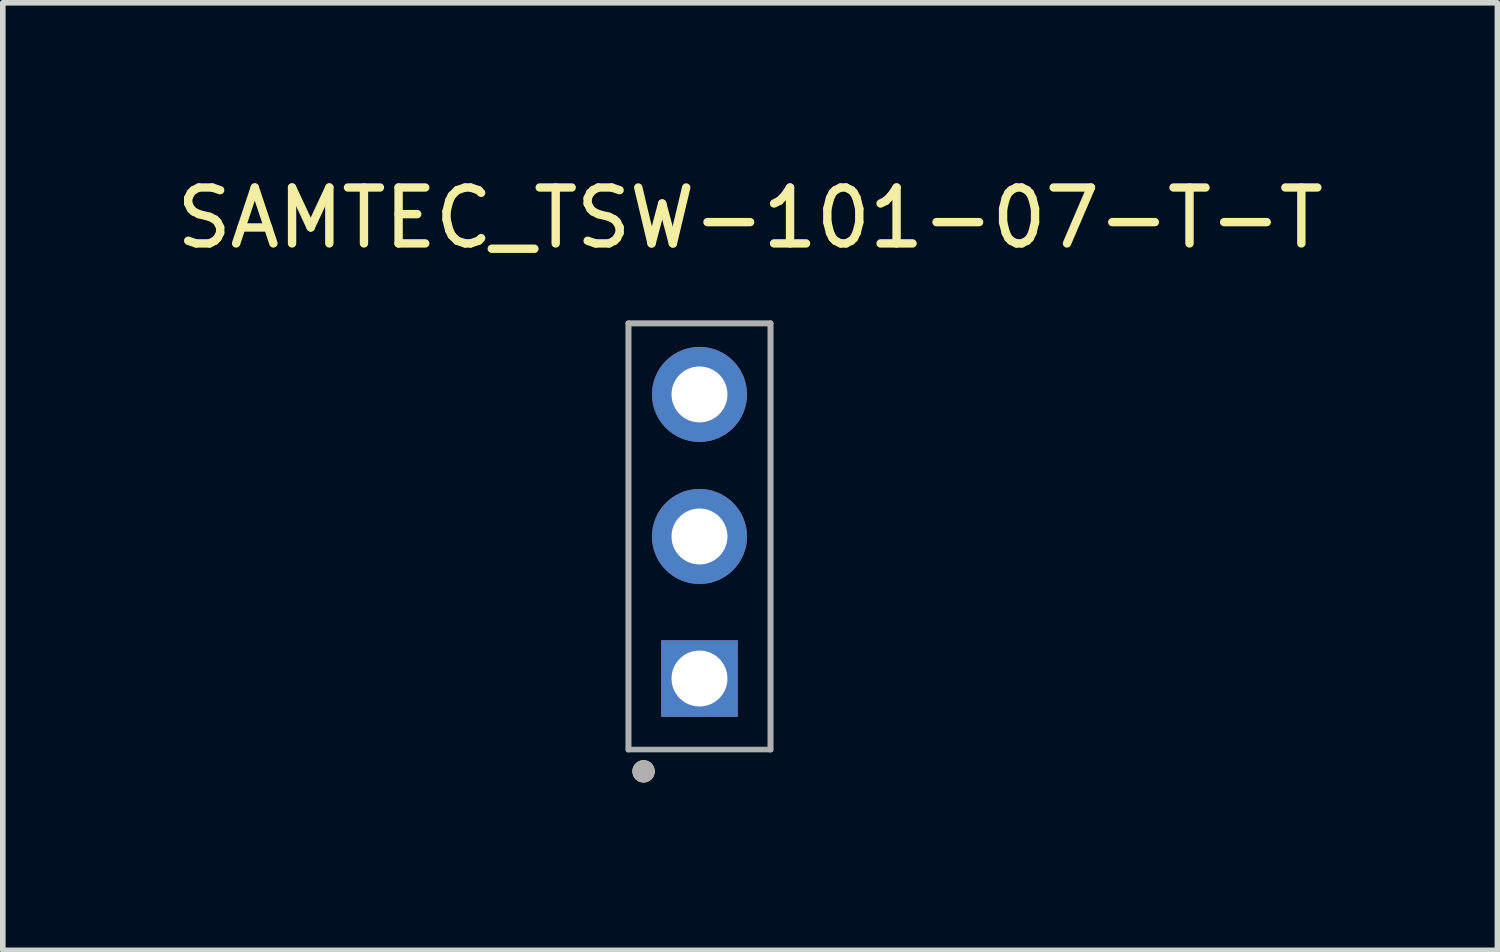
<source format=kicad_pcb>
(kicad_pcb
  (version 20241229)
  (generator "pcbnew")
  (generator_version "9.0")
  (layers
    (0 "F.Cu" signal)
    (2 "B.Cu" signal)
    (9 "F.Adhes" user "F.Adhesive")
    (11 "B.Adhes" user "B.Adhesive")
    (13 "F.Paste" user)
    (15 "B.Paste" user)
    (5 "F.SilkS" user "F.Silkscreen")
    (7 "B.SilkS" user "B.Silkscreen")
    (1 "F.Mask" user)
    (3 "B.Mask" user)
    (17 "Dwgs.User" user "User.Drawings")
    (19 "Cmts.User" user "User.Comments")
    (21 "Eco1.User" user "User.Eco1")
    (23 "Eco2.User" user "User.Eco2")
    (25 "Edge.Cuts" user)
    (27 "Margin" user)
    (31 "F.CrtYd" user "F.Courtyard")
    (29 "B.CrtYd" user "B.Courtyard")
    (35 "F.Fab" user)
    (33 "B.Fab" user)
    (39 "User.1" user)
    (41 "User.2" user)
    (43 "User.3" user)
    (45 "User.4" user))
  (footprint "SAMTEC_TSW-101-07-T-T"
    (layer "F.Cu")
    (at 9.458 6.543)
    (property "Reference" "SAMTEC_TSW-101-07-T-T" (at 0.905 -5.695 0) (layer "F.SilkS") (effects (font (size 1 1) (thickness 0.15))))
    (attr through_hole)
    (fp_circle (center -1 4.2) (end -0.9 4.2) (stroke (width 0.2) (type solid)) (fill no) (layer "F.SilkS"))
    (fp_line (start -1.27 -3.81) (end 1.27 -3.81) (stroke (width 0.1) (type solid)) (layer "F.Fab"))
    (fp_line (start -1.27 -3.81) (end 1.27 -3.81) (stroke (width 0.1) (type solid)) (layer "F.Fab"))
    (fp_line (start -1.27 3.81) (end -1.27 -3.81) (stroke (width 0.1) (type solid)) (layer "F.Fab"))
    (fp_line (start -1.27 3.81) (end -1.27 -3.81) (stroke (width 0.1) (type solid)) (layer "F.Fab"))
    (fp_line (start 1.27 -3.81) (end 1.27 3.81) (stroke (width 0.1) (type solid)) (layer "F.Fab"))
    (fp_line (start 1.27 -3.81) (end 1.27 3.81) (stroke (width 0.1) (type solid)) (layer "F.Fab"))
    (fp_line (start 1.27 3.81) (end -1.27 3.81) (stroke (width 0.1) (type solid)) (layer "F.Fab"))
    (fp_circle (center -1 4.2) (end -0.9 4.2) (stroke (width 0.2) (type solid)) (fill no) (layer "F.Fab"))
    (pad "01" thru_hole rect (at 0 2.54) (size 1.37 1.37) (drill 1) (layers "*.Cu" "*.Mask"))
    (pad "02" thru_hole circle (at 0 0) (size 1.7 1.7) (drill 1) (layers "*.Cu" "*.Mask"))
    (pad "03" thru_hole circle (at 0 -2.54) (size 1.7 1.7) (drill 1) (layers "*.Cu" "*.Mask")))
  (gr_rect
    (start -3 -3)
    (end 23.726 13.943)
    (stroke (width 0.1) (type default))
    (fill no)
    (layer "Edge.Cuts")))
</source>
